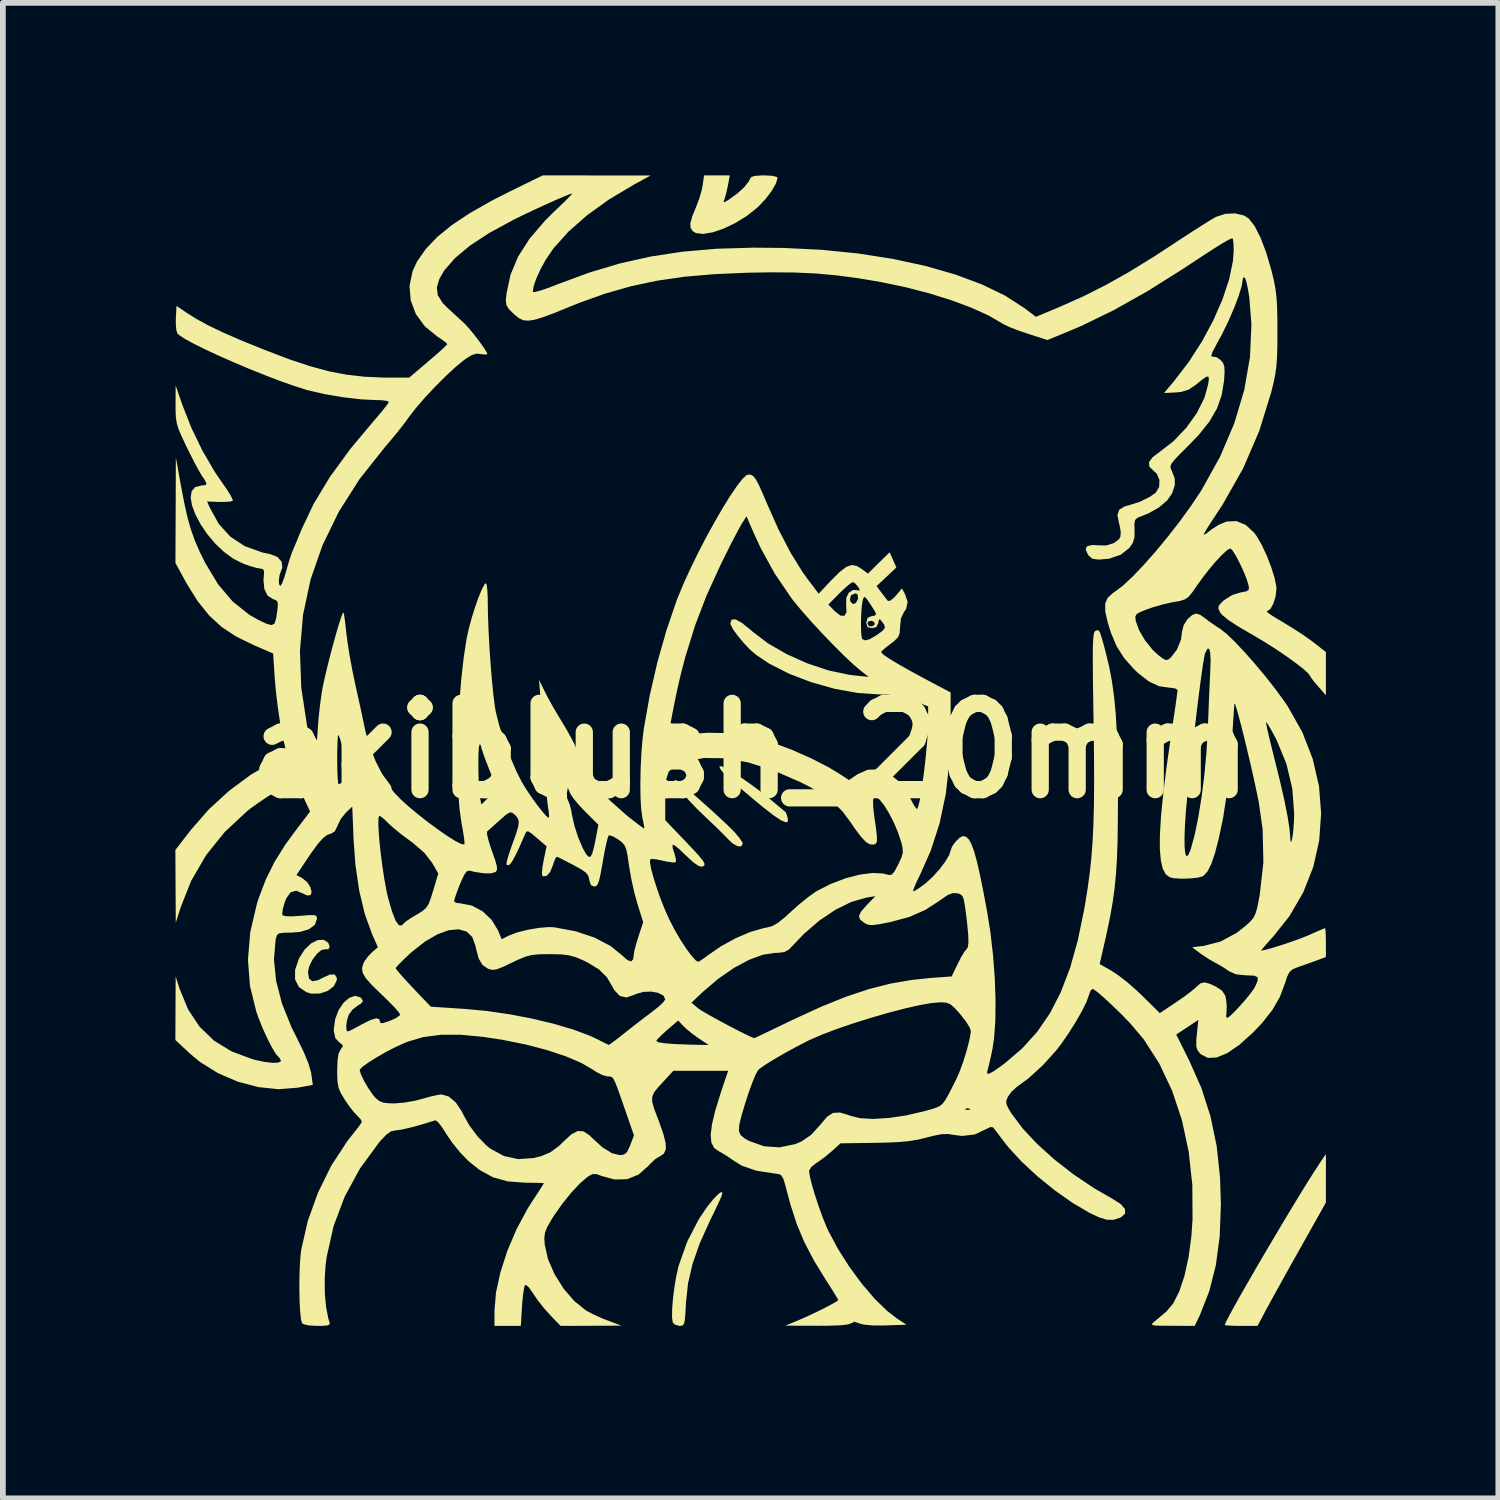
<source format=kicad_pcb>
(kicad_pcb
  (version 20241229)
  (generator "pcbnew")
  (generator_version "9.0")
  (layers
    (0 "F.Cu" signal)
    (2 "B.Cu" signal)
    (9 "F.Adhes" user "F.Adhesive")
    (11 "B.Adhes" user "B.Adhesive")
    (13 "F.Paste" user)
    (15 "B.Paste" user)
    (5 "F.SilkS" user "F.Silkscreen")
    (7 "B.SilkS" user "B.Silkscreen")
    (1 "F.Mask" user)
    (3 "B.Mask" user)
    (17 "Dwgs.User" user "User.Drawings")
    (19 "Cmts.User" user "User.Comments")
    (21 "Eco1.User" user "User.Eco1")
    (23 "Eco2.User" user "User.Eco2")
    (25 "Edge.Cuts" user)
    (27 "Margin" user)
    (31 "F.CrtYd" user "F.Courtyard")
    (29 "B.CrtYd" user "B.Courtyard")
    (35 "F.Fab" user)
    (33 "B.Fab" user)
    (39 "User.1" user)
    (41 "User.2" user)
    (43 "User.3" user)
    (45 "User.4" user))
  (footprint "akiblush_20mm"
    (layer "F.Cu")
    (at 10.004 10.004)
    (property "Reference" "akiblush_20mm" (at 0 0 0) (layer "F.SilkS") (effects (font (size 1.5 1.5) (thickness 0.3))))
    (attr board_only exclude_from_pos_files exclude_from_bom)
    (fp_poly (pts (xy -1.292 0.515) (xy -1.246 0.547) (xy -1.154 0.621) (xy -1.03 0.727) (xy -0.885 0.855) (xy -0.731 0.992) (xy -0.58 1.13) (xy -0.445 1.255) (xy -0.337 1.359) (xy -0.275 1.422) (xy -0.197 1.516) (xy -0.147 1.591) (xy -0.137 1.617) (xy -0.162 1.665) (xy -0.226 1.663) (xy -0.312 1.615) (xy -0.377 1.555) (xy -0.46 1.469) (xy -0.579 1.351) (xy -0.714 1.222) (xy -0.765 1.174) (xy -0.933 1.012) (xy -1.078 0.86) (xy -1.196 0.726) (xy -1.28 0.618) (xy -1.324 0.544) (xy -1.321 0.511)) (stroke (width 0) (type solid)) (fill yes) (layer "F.SilkS"))
    (fp_poly (pts (xy -0.504 0.272) (xy -0.418 0.313) (xy -0.295 0.386) (xy -0.146 0.482) (xy 0.015 0.595) (xy 0.178 0.715) (xy 0.329 0.836) (xy 0.333 0.84) (xy 0.453 0.94) (xy 0.548 1.019) (xy 0.602 1.065) (xy 0.611 1.071) (xy 0.624 1.106) (xy 0.643 1.163) (xy 0.65 1.23) (xy 0.614 1.247) (xy 0.533 1.214) (xy 0.404 1.129) (xy 0.224 0.99) (xy 0.075 0.867) (xy -0.142 0.684) (xy -0.305 0.543) (xy -0.42 0.438) (xy -0.493 0.364) (xy -0.531 0.312) (xy -0.541 0.278) (xy -0.54 0.271)) (stroke (width 0) (type solid)) (fill yes) (layer "F.SilkS"))
    (fp_poly (pts (xy 10.004 7.437) (xy 10.004 7.859) (xy 9.561 8.648) (xy 9.423 8.893) (xy 9.289 9.134) (xy 9.166 9.356) (xy 9.062 9.544) (xy 8.986 9.684) (xy 8.966 9.72) (xy 8.815 10.004) (xy 8.53 10.004) (xy 8.392 10.002) (xy 8.291 9.997) (xy 8.246 9.99) (xy 8.245 9.989) (xy 8.265 9.939) (xy 8.32 9.831) (xy 8.405 9.674) (xy 8.516 9.476) (xy 8.648 9.246) (xy 8.794 8.992) (xy 8.951 8.724) (xy 9.113 8.45) (xy 9.275 8.178) (xy 9.432 7.917) (xy 9.579 7.676) (xy 9.71 7.464) (xy 9.822 7.289) (xy 9.873 7.21) (xy 10.004 7.015)) (stroke (width 0) (type solid)) (fill yes) (layer "F.SilkS"))
    (fp_poly (pts (xy -0.491 7.688) (xy -0.506 7.749) (xy -0.538 7.821) (xy -0.595 7.943) (xy -0.667 8.092) (xy -0.704 8.166) (xy -0.883 8.563) (xy -1.01 8.924) (xy -1.089 9.265) (xy -1.125 9.603) (xy -1.134 9.783) (xy -1.144 9.899) (xy -1.158 9.965) (xy -1.182 9.995) (xy -1.217 10.003) (xy -1.237 10.004) (xy -1.319 9.981) (xy -1.355 9.942) (xy -1.367 9.854) (xy -1.365 9.71) (xy -1.351 9.53) (xy -1.326 9.333) (xy -1.294 9.141) (xy -1.256 8.972) (xy -1.252 8.958) (xy -1.101 8.534) (xy -0.9 8.146) (xy -0.759 7.937) (xy -0.654 7.806) (xy -0.569 7.717) (xy -0.513 7.676)) (stroke (width 0) (type solid)) (fill yes) (layer "F.SilkS"))
    (fp_poly (pts (xy -7.348 3.339) (xy -7.32 3.407) (xy -7.344 3.454) (xy -7.401 3.455) (xy -7.465 3.467) (xy -7.542 3.533) (xy -7.617 3.632) (xy -7.674 3.743) (xy -7.698 3.846) (xy -7.698 3.852) (xy -7.68 3.964) (xy -7.624 4.01) (xy -7.526 3.993) (xy -7.439 3.949) (xy -7.315 3.893) (xy -7.232 3.894) (xy -7.196 3.949) (xy -7.197 3.992) (xy -7.249 4.098) (xy -7.355 4.178) (xy -7.492 4.224) (xy -7.639 4.226) (xy -7.724 4.201) (xy -7.857 4.11) (xy -7.923 3.979) (xy -7.922 3.813) (xy -7.854 3.613) (xy -7.851 3.608) (xy -7.757 3.46) (xy -7.645 3.353) (xy -7.529 3.294) (xy -7.423 3.29)) (stroke (width 0) (type solid)) (fill yes) (layer "F.SilkS"))
    (fp_poly (pts (xy -0.393 -9.838) (xy -0.42 -9.714) (xy -0.448 -9.612) (xy -0.454 -9.593) (xy -0.471 -9.544) (xy -0.455 -9.538) (xy -0.39 -9.575) (xy -0.369 -9.589) (xy -0.228 -9.692) (xy -0.109 -9.801) (xy -0.032 -9.9) (xy -0.017 -9.932) (xy 0.01 -9.974) (xy 0.071 -9.995) (xy 0.184 -10.003) (xy 0.237 -10.004) (xy 0.367 -9.997) (xy 0.449 -9.98) (xy 0.469 -9.963) (xy 0.442 -9.866) (xy 0.368 -9.737) (xy 0.263 -9.597) (xy 0.138 -9.464) (xy 0.116 -9.444) (xy -0.069 -9.297) (xy -0.27 -9.174) (xy -0.472 -9.077) (xy -0.662 -9.013) (xy -0.827 -8.986) (xy -0.954 -9.001) (xy -1.008 -9.035) (xy -1.045 -9.094) (xy -1.048 -9.175) (xy -1.015 -9.293) (xy -0.956 -9.436) (xy -0.897 -9.59) (xy -0.851 -9.746) (xy -0.834 -9.832) (xy -0.81 -10.004) (xy -0.586 -10.004) (xy -0.362 -10.004)) (stroke (width 0) (type solid)) (fill yes) (layer "F.SilkS"))
    (fp_poly (pts (xy -2.677 -10.003) (xy -1.739 -10.003) (xy -2.031 -9.843) (xy -2.463 -9.585) (xy -2.845 -9.31) (xy -3.168 -9.026) (xy -3.426 -8.738) (xy -3.563 -8.538) (xy -3.654 -8.371) (xy -3.727 -8.212) (xy -3.773 -8.08) (xy -3.787 -7.991) (xy -3.784 -7.976) (xy -3.745 -7.977) (xy -3.649 -8.003) (xy -3.509 -8.051) (xy -3.341 -8.116) (xy -3.341 -8.116) (xy -2.805 -8.314) (xy -2.277 -8.472) (xy -1.741 -8.592) (xy -1.185 -8.677) (xy -0.594 -8.728) (xy 0.045 -8.747) (xy 0.577 -8.742) (xy 1.234 -8.71) (xy 1.868 -8.646) (xy 2.471 -8.552) (xy 3.036 -8.43) (xy 3.554 -8.282) (xy 4.019 -8.109) (xy 4.423 -7.914) (xy 4.758 -7.698) (xy 4.761 -7.696) (xy 4.961 -7.544) (xy 5.381 -7.72) (xy 5.781 -7.898) (xy 6.174 -8.096) (xy 6.577 -8.322) (xy 7.007 -8.587) (xy 7.288 -8.77) (xy 7.499 -8.909) (xy 7.696 -9.037) (xy 7.868 -9.146) (xy 8 -9.229) (xy 8.083 -9.277) (xy 8.089 -9.281) (xy 8.252 -9.335) (xy 8.424 -9.343) (xy 8.578 -9.307) (xy 8.664 -9.253) (xy 8.765 -9.122) (xy 8.867 -8.922) (xy 8.966 -8.662) (xy 9.057 -8.352) (xy 9.058 -8.347) (xy 9.098 -8.183) (xy 9.126 -8.039) (xy 9.144 -7.892) (xy 9.155 -7.724) (xy 9.16 -7.513) (xy 9.161 -7.307) (xy 9.16 -7.053) (xy 9.155 -6.856) (xy 9.144 -6.696) (xy 9.125 -6.552) (xy 9.095 -6.404) (xy 9.054 -6.235) (xy 8.845 -5.559) (xy 8.566 -4.911) (xy 8.212 -4.286) (xy 8.102 -4.117) (xy 8.006 -3.972) (xy 7.932 -3.855) (xy 7.887 -3.777) (xy 7.879 -3.751) (xy 7.921 -3.774) (xy 7.996 -3.831) (xy 8.016 -3.848) (xy 8.137 -3.926) (xy 8.27 -3.982) (xy 8.274 -3.984) (xy 8.445 -3.992) (xy 8.608 -3.927) (xy 8.756 -3.79) (xy 8.799 -3.732) (xy 8.888 -3.578) (xy 8.976 -3.39) (xy 9.053 -3.191) (xy 9.112 -3.004) (xy 9.142 -2.853) (xy 9.144 -2.814) (xy 9.129 -2.68) (xy 9.09 -2.556) (xy 9.038 -2.462) (xy 8.98 -2.423) (xy 8.977 -2.423) (xy 8.987 -2.405) (xy 9.054 -2.357) (xy 9.165 -2.288) (xy 9.252 -2.237) (xy 9.426 -2.131) (xy 9.605 -2.015) (xy 9.756 -1.909) (xy 9.789 -1.883) (xy 10.004 -1.715) (xy 10.004 -1.339) (xy 10.004 -0.964) (xy 9.869 -1.117) (xy 9.792 -1.208) (xy 9.742 -1.275) (xy 9.732 -1.295) (xy 9.698 -1.343) (xy 9.61 -1.423) (xy 9.477 -1.526) (xy 9.314 -1.644) (xy 9.13 -1.768) (xy 8.938 -1.89) (xy 8.75 -2.002) (xy 8.714 -2.023) (xy 8.476 -2.161) (xy 8.302 -2.276) (xy 8.196 -2.364) (xy 8.167 -2.4) (xy 8.134 -2.47) (xy 8.141 -2.522) (xy 8.196 -2.583) (xy 8.229 -2.614) (xy 8.374 -2.706) (xy 8.517 -2.75) (xy 8.62 -2.77) (xy 8.663 -2.798) (xy 8.664 -2.851) (xy 8.657 -2.883) (xy 8.621 -2.997) (xy 8.565 -3.134) (xy 8.5 -3.272) (xy 8.435 -3.395) (xy 8.379 -3.483) (xy 8.341 -3.517) (xy 8.341 -3.517) (xy 8.287 -3.487) (xy 8.199 -3.407) (xy 8.089 -3.29) (xy 7.969 -3.148) (xy 7.85 -2.994) (xy 7.771 -2.884) (xy 7.682 -2.755) (xy 7.616 -2.675) (xy 7.551 -2.63) (xy 7.466 -2.603) (xy 7.339 -2.581) (xy 7.337 -2.581) (xy 7.18 -2.546) (xy 7.002 -2.495) (xy 6.903 -2.461) (xy 6.778 -2.412) (xy 6.712 -2.374) (xy 6.69 -2.332) (xy 6.695 -2.27) (xy 6.698 -2.252) (xy 6.756 -2.092) (xy 6.86 -1.916) (xy 6.991 -1.753) (xy 7.082 -1.668) (xy 7.172 -1.599) (xy 7.226 -1.574) (xy 7.27 -1.589) (xy 7.312 -1.625) (xy 7.414 -1.758) (xy 7.483 -1.928) (xy 7.503 -2.072) (xy 7.53 -2.18) (xy 7.596 -2.285) (xy 7.682 -2.361) (xy 7.752 -2.384) (xy 7.82 -2.36) (xy 7.9 -2.305) (xy 7.987 -2.238) (xy 8.107 -2.155) (xy 8.17 -2.115) (xy 8.277 -2.031) (xy 8.419 -1.895) (xy 8.584 -1.72) (xy 8.763 -1.518) (xy 8.945 -1.301) (xy 9.118 -1.081) (xy 9.272 -0.87) (xy 9.343 -0.766) (xy 9.595 -0.319) (xy 9.775 0.144) (xy 9.884 0.617) (xy 9.921 1.091) (xy 9.888 1.562) (xy 9.785 2.021) (xy 9.611 2.463) (xy 9.369 2.88) (xy 9.092 3.228) (xy 8.991 3.34) (xy 8.917 3.426) (xy 8.879 3.473) (xy 8.878 3.478) (xy 8.948 3.465) (xy 9.071 3.431) (xy 9.227 3.383) (xy 9.395 3.327) (xy 9.555 3.269) (xy 9.687 3.217) (xy 9.719 3.203) (xy 9.846 3.147) (xy 9.942 3.105) (xy 9.988 3.087) (xy 9.99 3.087) (xy 9.997 3.123) (xy 10.002 3.216) (xy 10.004 3.338) (xy 10.004 3.589) (xy 9.838 3.651) (xy 9.691 3.704) (xy 9.542 3.756) (xy 9.517 3.765) (xy 9.426 3.802) (xy 9.37 3.851) (xy 9.328 3.936) (xy 9.296 4.037) (xy 9.204 4.282) (xy 9.075 4.508) (xy 8.896 4.735) (xy 8.731 4.908) (xy 8.496 5.119) (xy 8.286 5.262) (xy 8.103 5.337) (xy 7.95 5.343) (xy 7.829 5.28) (xy 7.815 5.266) (xy 7.77 5.208) (xy 7.75 5.141) (xy 7.75 5.04) (xy 7.76 4.93) (xy 7.786 4.682) (xy 7.594 4.81) (xy 7.401 4.937) (xy 7.627 5.389) (xy 7.84 5.87) (xy 7.997 6.36) (xy 8.104 6.872) (xy 8.163 7.423) (xy 8.178 7.894) (xy 8.157 8.447) (xy 8.091 8.945) (xy 7.976 9.4) (xy 7.811 9.821) (xy 7.793 9.857) (xy 7.723 10.004) (xy 7.329 10.002) (xy 7.152 10.001) (xy 7.042 9.998) (xy 6.988 9.989) (xy 6.979 9.972) (xy 7.004 9.944) (xy 7.023 9.929) (xy 7.113 9.853) (xy 7.217 9.766) (xy 7.229 9.756) (xy 7.349 9.613) (xy 7.455 9.402) (xy 7.545 9.132) (xy 7.615 8.813) (xy 7.664 8.454) (xy 7.685 8.148) (xy 7.681 7.551) (xy 7.618 6.974) (xy 7.5 6.425) (xy 7.329 5.912) (xy 7.107 5.442) (xy 6.837 5.022) (xy 6.6 4.741) (xy 6.449 4.586) (xy 6.299 4.44) (xy 6.162 4.312) (xy 6.05 4.214) (xy 5.972 4.155) (xy 5.945 4.142) (xy 5.91 4.176) (xy 5.882 4.254) (xy 5.841 4.369) (xy 5.762 4.528) (xy 5.656 4.714) (xy 5.534 4.908) (xy 5.407 5.093) (xy 5.312 5.216) (xy 5.078 5.475) (xy 4.827 5.703) (xy 4.638 5.841) (xy 4.542 5.926) (xy 4.474 6.019) (xy 4.446 6.085) (xy 4.447 6.144) (xy 4.483 6.222) (xy 4.539 6.314) (xy 4.73 6.57) (xy 4.982 6.839) (xy 5.281 7.109) (xy 5.615 7.369) (xy 5.97 7.608) (xy 6.291 7.793) (xy 6.437 7.886) (xy 6.511 7.974) (xy 6.512 8.051) (xy 6.439 8.116) (xy 6.426 8.122) (xy 6.311 8.159) (xy 6.194 8.158) (xy 6.055 8.115) (xy 5.89 8.036) (xy 5.598 7.864) (xy 5.292 7.649) (xy 4.992 7.406) (xy 4.718 7.153) (xy 4.489 6.905) (xy 4.413 6.81) (xy 4.326 6.694) (xy 4.256 6.602) (xy 4.217 6.552) (xy 4.216 6.551) (xy 4.168 6.546) (xy 4.097 6.581) (xy 3.9 6.674) (xy 3.678 6.701) (xy 3.543 6.684) (xy 3.434 6.667) (xy 3.323 6.67) (xy 3.184 6.697) (xy 3.061 6.728) (xy 2.909 6.765) (xy 2.75 6.791) (xy 2.566 6.808) (xy 2.336 6.817) (xy 2.159 6.821) (xy 1.563 6.829) (xy 1.414 6.964) (xy 1.298 7.061) (xy 1.181 7.147) (xy 1.14 7.173) (xy 1.058 7.238) (xy 1.017 7.302) (xy 1.016 7.311) (xy 1.03 7.406) (xy 1.067 7.554) (xy 1.121 7.736) (xy 1.186 7.932) (xy 1.255 8.123) (xy 1.323 8.29) (xy 1.351 8.351) (xy 1.519 8.665) (xy 1.716 8.975) (xy 1.931 9.268) (xy 2.153 9.528) (xy 2.37 9.74) (xy 2.539 9.871) (xy 2.711 9.984) (xy 2.342 9.996) (xy 2.124 9.996) (xy 1.967 9.982) (xy 1.885 9.959) (xy 1.805 9.931) (xy 1.75 9.958) (xy 1.689 9.979) (xy 1.557 9.994) (xy 1.35 10.001) (xy 1.155 10.002) (xy 0.606 10) (xy 0.821 9.91) (xy 0.965 9.847) (xy 1.121 9.774) (xy 1.27 9.701) (xy 1.398 9.634) (xy 1.488 9.583) (xy 1.524 9.556) (xy 1.524 9.555) (xy 1.504 9.517) (xy 1.45 9.428) (xy 1.372 9.304) (xy 1.314 9.214) (xy 1.1 8.865) (xy 0.932 8.544) (xy 0.799 8.225) (xy 0.689 7.881) (xy 0.645 7.718) (xy 0.602 7.553) (xy 0.57 7.45) (xy 0.538 7.392) (xy 0.499 7.366) (xy 0.443 7.357) (xy 0.424 7.355) (xy 0.102 7.306) (xy -0.153 7.218) (xy -0.284 7.138) (xy -0.402 7.056) (xy -0.513 6.988) (xy -0.556 6.966) (xy -0.636 6.908) (xy -0.683 6.815) (xy -0.695 6.68) (xy -0.686 6.61) (xy -0.205 6.61) (xy -0.176 6.684) (xy -0.104 6.744) (xy -0.022 6.789) (xy 0.236 6.881) (xy 0.506 6.899) (xy 0.776 6.842) (xy 0.886 6.796) (xy 1.054 6.68) (xy 1.214 6.503) (xy 1.215 6.502) (xy 1.328 6.368) (xy 1.433 6.3) (xy 1.552 6.293) (xy 1.705 6.338) (xy 1.733 6.35) (xy 1.904 6.392) (xy 2.133 6.405) (xy 2.403 6.388) (xy 2.699 6.345) (xy 3.007 6.274) (xy 3.117 6.243) (xy 3.729 6.243) (xy 3.768 6.249) (xy 3.818 6.242) (xy 3.819 6.229) (xy 3.767 6.219) (xy 3.744 6.226) (xy 3.729 6.243) (xy 3.117 6.243) (xy 3.146 6.235) (xy 3.227 6.209) (xy 3.287 6.182) (xy 3.337 6.142) (xy 3.387 6.075) (xy 3.446 5.97) (xy 3.526 5.814) (xy 3.578 5.71) (xy 3.639 5.57) (xy 3.702 5.395) (xy 3.759 5.209) (xy 3.803 5.038) (xy 3.827 4.905) (xy 3.829 4.871) (xy 3.805 4.807) (xy 3.742 4.707) (xy 3.652 4.592) (xy 3.649 4.588) (xy 3.55 4.477) (xy 3.477 4.413) (xy 3.408 4.384) (xy 3.32 4.377) (xy 3.295 4.377) (xy 3.138 4.39) (xy 2.923 4.429) (xy 2.665 4.488) (xy 2.377 4.564) (xy 2.076 4.651) (xy 1.775 4.746) (xy 1.489 4.844) (xy 1.232 4.942) (xy 1.02 5.034) (xy 0.97 5.059) (xy 0.766 5.166) (xy 0.569 5.274) (xy 0.392 5.377) (xy 0.251 5.465) (xy 0.157 5.531) (xy 0.129 5.557) (xy 0.087 5.633) (xy 0.031 5.767) (xy -0.033 5.943) (xy -0.098 6.143) (xy -0.157 6.341) (xy -0.197 6.502) (xy -0.205 6.61) (xy -0.686 6.61) (xy -0.672 6.496) (xy -0.615 6.258) (xy -0.522 5.957) (xy -0.508 5.915) (xy -0.458 5.765) (xy -0.418 5.648) (xy -0.395 5.579) (xy -0.391 5.568) (xy -0.428 5.568) (xy -0.527 5.568) (xy -0.675 5.568) (xy -0.856 5.568) (xy -0.868 5.568) (xy -1.345 5.568) (xy -1.503 5.74) (xy -1.611 5.857) (xy -1.68 5.944) (xy -1.712 6.021) (xy -1.712 6.107) (xy -1.68 6.221) (xy -1.619 6.384) (xy -1.595 6.446) (xy -1.519 6.663) (xy -1.478 6.822) (xy -1.475 6.933) (xy -1.508 7.007) (xy -1.577 7.056) (xy -1.597 7.064) (xy -1.668 7.111) (xy -1.754 7.194) (xy -1.778 7.221) (xy -1.95 7.373) (xy -2.148 7.453) (xy -2.368 7.458) (xy -2.577 7.401) (xy -2.679 7.365) (xy -2.746 7.363) (xy -2.815 7.398) (xy -2.849 7.422) (xy -2.974 7.531) (xy -3.121 7.689) (xy -3.272 7.876) (xy -3.412 8.074) (xy -3.46 8.15) (xy -3.536 8.282) (xy -3.576 8.38) (xy -3.588 8.474) (xy -3.581 8.59) (xy -3.525 8.84) (xy -3.412 9.102) (xy -3.255 9.353) (xy -3.069 9.57) (xy -2.867 9.733) (xy -2.864 9.735) (xy -2.748 9.797) (xy -2.596 9.867) (xy -2.484 9.911) (xy -2.247 10) (xy -2.776 10.002) (xy -3.305 10.004) (xy -3.485 9.818) (xy -3.604 9.684) (xy -3.72 9.534) (xy -3.781 9.442) (xy -3.858 9.332) (xy -3.909 9.291) (xy -3.927 9.299) (xy -3.942 9.358) (xy -3.959 9.474) (xy -3.973 9.624) (xy -3.976 9.675) (xy -3.997 10.004) (xy -4.226 10.004) (xy -4.455 10.004) (xy -4.455 9.738) (xy -4.428 9.42) (xy -4.35 9.066) (xy -4.229 8.694) (xy -4.071 8.323) (xy -3.881 7.969) (xy -3.799 7.839) (xy -3.711 7.705) (xy -3.642 7.599) (xy -3.602 7.535) (xy -3.595 7.523) (xy -3.631 7.519) (xy -3.727 7.516) (xy -3.865 7.514) (xy -3.917 7.514) (xy -4.22 7.492) (xy -4.478 7.421) (xy -4.714 7.292) (xy -4.908 7.137) (xy -5.048 6.992) (xy -5.187 6.821) (xy -5.289 6.671) (xy -5.366 6.55) (xy -5.433 6.464) (xy -5.479 6.428) (xy -5.484 6.429) (xy -5.705 6.497) (xy -5.903 6.552) (xy -6.064 6.589) (xy -6.169 6.604) (xy -6.175 6.604) (xy -6.253 6.62) (xy -6.334 6.677) (xy -6.438 6.786) (xy -6.458 6.809) (xy -6.793 7.266) (xy -7.059 7.754) (xy -7.253 8.269) (xy -7.373 8.806) (xy -7.39 8.932) (xy -7.407 9.183) (xy -7.405 9.44) (xy -7.383 9.68) (xy -7.344 9.877) (xy -7.324 9.939) (xy -7.32 9.975) (xy -7.354 9.995) (xy -7.44 10.003) (xy -7.535 10.004) (xy -7.684 9.996) (xy -7.778 9.973) (xy -7.802 9.955) (xy -7.82 9.886) (xy -7.834 9.755) (xy -7.844 9.581) (xy -7.848 9.38) (xy -7.847 9.17) (xy -7.841 8.969) (xy -7.829 8.792) (xy -7.816 8.682) (xy -7.702 8.181) (xy -7.524 7.686) (xy -7.292 7.216) (xy -7.013 6.789) (xy -6.902 6.649) (xy -6.825 6.552) (xy -6.773 6.478) (xy -6.76 6.45) (xy -6.787 6.405) (xy -6.844 6.346) (xy -6.911 6.273) (xy -6.997 6.16) (xy -7.059 6.069) (xy -7.127 5.956) (xy -7.167 5.861) (xy -7.185 5.754) (xy -7.19 5.606) (xy -7.19 5.564) (xy -7.19 5.554) (xy -6.799 5.554) (xy -6.778 5.628) (xy -6.725 5.739) (xy -6.653 5.863) (xy -6.577 5.975) (xy -6.534 6.028) (xy -6.466 6.089) (xy -6.393 6.121) (xy -6.287 6.133) (xy -6.196 6.135) (xy -6.023 6.121) (xy -5.83 6.087) (xy -5.712 6.056) (xy -5.569 6.016) (xy -5.445 5.988) (xy -5.375 5.979) (xy -5.25 6.015) (xy -5.129 6.117) (xy -5.025 6.271) (xy -5.002 6.32) (xy -4.893 6.516) (xy -4.748 6.71) (xy -4.59 6.871) (xy -4.527 6.921) (xy -4.29 7.05) (xy -4.042 7.104) (xy -3.774 7.085) (xy -3.643 7.052) (xy -3.482 6.985) (xy -3.333 6.875) (xy -3.255 6.799) (xy -3.119 6.674) (xy -3.008 6.615) (xy -2.908 6.62) (xy -2.806 6.687) (xy -2.76 6.732) (xy -2.577 6.899) (xy -2.412 7.001) (xy -2.276 7.034) (xy -2.2 7.024) (xy -2.15 6.981) (xy -2.104 6.886) (xy -2.094 6.862) (xy -2.029 6.691) (xy -2.183 6.247) (xy -2.259 6.028) (xy -2.314 5.873) (xy -2.355 5.77) (xy -2.386 5.708) (xy -2.413 5.677) (xy -2.442 5.667) (xy -2.479 5.666) (xy -2.486 5.666) (xy -2.573 5.644) (xy -2.685 5.587) (xy -2.736 5.553) (xy -2.944 5.431) (xy -3.218 5.314) (xy -3.548 5.205) (xy -3.92 5.108) (xy -4.325 5.027) (xy -4.637 4.98) (xy -5.038 4.941) (xy -5.383 4.941) (xy -5.687 4.98) (xy -5.962 5.061) (xy -6.03 5.088) (xy -6.189 5.161) (xy -6.355 5.248) (xy -6.513 5.339) (xy -6.65 5.425) (xy -6.749 5.497) (xy -6.797 5.546) (xy -6.799 5.554) (xy -7.19 5.554) (xy -7.184 5.384) (xy -7.165 5.266) (xy -7.131 5.196) (xy -7.128 5.194) (xy -7.089 5.138) (xy -7.111 5.103) (xy -7.143 5.084) (xy -7.223 4.999) (xy -7.251 4.86) (xy -7.226 4.674) (xy -7.225 4.669) (xy -7.165 4.511) (xy -7.079 4.384) (xy -6.98 4.299) (xy -6.879 4.264) (xy -6.79 4.289) (xy -6.762 4.316) (xy -6.743 4.361) (xy -6.781 4.403) (xy -6.828 4.43) (xy -6.924 4.504) (xy -6.987 4.59) (xy -7.019 4.687) (xy -7.033 4.786) (xy -7.028 4.861) (xy -7.008 4.885) (xy -6.962 4.867) (xy -6.871 4.82) (xy -6.774 4.767) (xy -6.614 4.686) (xy -6.51 4.654) (xy -6.457 4.671) (xy -6.448 4.707) (xy -6.437 4.737) (xy -6.394 4.738) (xy -6.301 4.709) (xy -6.272 4.698) (xy -6.169 4.652) (xy -6.106 4.607) (xy -6.096 4.588) (xy -6.123 4.545) (xy -6.196 4.462) (xy -6.305 4.35) (xy -6.428 4.231) (xy -6.586 4.078) (xy -6.69 3.961) (xy -6.745 3.868) (xy -6.759 3.787) (xy -6.758 3.784) (xy -6.174 3.784) (xy -6.148 3.821) (xy -6.079 3.902) (xy -5.978 4.014) (xy -5.868 4.132) (xy -5.562 4.453) (xy -4.979 4.491) (xy -4.592 4.527) (xy -4.192 4.585) (xy -3.797 4.661) (xy -3.421 4.751) (xy -3.083 4.851) (xy -2.796 4.958) (xy -2.66 5.022) (xy -2.556 5.075) (xy -2.484 5.11) (xy -2.466 5.117) (xy -2.431 5.095) (xy -2.368 5.048) (xy -1.641 5.048) (xy -1.602 5.072) (xy -1.487 5.09) (xy -1.296 5.104) (xy -1.039 5.113) (xy -0.729 5.119) (xy -0.903 5.004) (xy -1.023 4.917) (xy -1.131 4.827) (xy -1.168 4.791) (xy -1.26 4.693) (xy -1.451 4.857) (xy -1.549 4.946) (xy -1.618 5.015) (xy -1.641 5.048) (xy -2.368 5.048) (xy -2.35 5.035) (xy -2.239 4.948) (xy -2.193 4.912) (xy -2.035 4.787) (xy -1.864 4.655) (xy -1.716 4.544) (xy -1.71 4.539) (xy -1.599 4.451) (xy -1.527 4.383) (xy -1.029 4.383) (xy -0.915 4.48) (xy -0.852 4.522) (xy -0.736 4.59) (xy -0.585 4.674) (xy -0.417 4.764) (xy -0.25 4.852) (xy -0.1 4.927) (xy 0.014 4.981) (xy 0.063 5) (xy 0.098 4.985) (xy 0.192 4.94) (xy 0.335 4.872) (xy 0.516 4.785) (xy 0.724 4.685) (xy 0.747 4.674) (xy 1.223 4.455) (xy 1.654 4.281) (xy 2.053 4.148) (xy 2.434 4.051) (xy 2.813 3.986) (xy 3.145 3.952) (xy 3.496 3.927) (xy 3.602 3.706) (xy 3.663 3.586) (xy 3.718 3.496) (xy 3.749 3.46) (xy 3.776 3.421) (xy 3.788 3.339) (xy 3.784 3.205) (xy 3.766 3.011) (xy 3.747 2.848) (xy 3.724 2.683) (xy 3.704 2.581) (xy 3.679 2.524) (xy 3.643 2.495) (xy 3.594 2.481) (xy 3.515 2.478) (xy 3.429 2.51) (xy 3.314 2.588) (xy 3.296 2.602) (xy 3.043 2.767) (xy 2.766 2.89) (xy 2.439 2.979) (xy 2.391 2.989) (xy 2.23 3.02) (xy 2.124 3.033) (xy 2.055 3.03) (xy 2.001 3.01) (xy 1.971 2.992) (xy 1.901 2.934) (xy 1.884 2.875) (xy 1.921 2.798) (xy 2.017 2.689) (xy 2.022 2.683) (xy 2.169 2.531) (xy 2.012 2.556) (xy 1.753 2.63) (xy 1.476 2.766) (xy 1.195 2.955) (xy 0.926 3.187) (xy 0.751 3.37) (xy 0.664 3.46) (xy 0.586 3.503) (xy 0.479 3.516) (xy 0.43 3.517) (xy 0.217 3.548) (xy -0.028 3.638) (xy -0.291 3.779) (xy -0.561 3.966) (xy -0.826 4.191) (xy -0.837 4.201) (xy -1.029 4.383) (xy -1.527 4.383) (xy -1.518 4.374) (xy -1.485 4.325) (xy -1.485 4.323) (xy -1.519 4.257) (xy -1.609 4.212) (xy -1.731 4.19) (xy -1.866 4.196) (xy -1.992 4.231) (xy -2.021 4.246) (xy -2.16 4.293) (xy -2.277 4.265) (xy -2.373 4.162) (xy -2.402 4.107) (xy -2.5 3.94) (xy -2.638 3.805) (xy -2.832 3.686) (xy -2.911 3.647) (xy -3.042 3.592) (xy -3.16 3.559) (xy -3.295 3.543) (xy -3.475 3.539) (xy -3.497 3.539) (xy -3.674 3.541) (xy -3.803 3.554) (xy -3.916 3.582) (xy -4.043 3.635) (xy -4.154 3.688) (xy -4.306 3.76) (xy -4.408 3.8) (xy -4.48 3.813) (xy -4.541 3.802) (xy -4.571 3.791) (xy -4.664 3.726) (xy -4.73 3.614) (xy -4.777 3.44) (xy -4.785 3.395) (xy -4.84 3.242) (xy -4.94 3.146) (xy -5.08 3.107) (xy -5.251 3.123) (xy -5.448 3.195) (xy -5.664 3.321) (xy -5.892 3.5) (xy -5.924 3.529) (xy -6.037 3.635) (xy -6.123 3.722) (xy -6.169 3.775) (xy -6.174 3.784) (xy -6.758 3.784) (xy -6.736 3.705) (xy -6.717 3.665) (xy -6.655 3.58) (xy -6.578 3.501) (xy -6.482 3.419) (xy -6.586 3.185) (xy -6.71 2.841) (xy -6.807 2.436) (xy -6.873 1.985) (xy -6.905 1.551) (xy -6.916 1.269) (xy -6.475 1.269) (xy -6.468 1.418) (xy -6.453 1.603) (xy -6.43 1.81) (xy -6.402 2.025) (xy -6.37 2.235) (xy -6.335 2.426) (xy -6.305 2.56) (xy -6.237 2.796) (xy -6.175 2.955) (xy -6.118 3.036) (xy -6.065 3.04) (xy -6.037 3.008) (xy -5.992 2.968) (xy -5.9 2.906) (xy -5.812 2.854) (xy -5.711 2.793) (xy -5.645 2.736) (xy -5.598 2.663) (xy -5.582 2.619) (xy -5.158 2.619) (xy -5.124 2.646) (xy -5.043 2.657) (xy -4.848 2.694) (xy -4.662 2.794) (xy -4.503 2.944) (xy -4.391 3.13) (xy -4.389 3.135) (xy -4.33 3.28) (xy -4.213 3.22) (xy -4.068 3.164) (xy -3.88 3.116) (xy -3.681 3.082) (xy -3.503 3.068) (xy -3.422 3.071) (xy -3.046 3.141) (xy -2.714 3.251) (xy -2.435 3.398) (xy -2.247 3.551) (xy -2.143 3.642) (xy -2.076 3.666) (xy -2.041 3.624) (xy -2.033 3.547) (xy -2.021 3.476) (xy -1.99 3.359) (xy -1.95 3.231) (xy -1.869 2.982) (xy -1.969 2.664) (xy -2.024 2.464) (xy -2.075 2.233) (xy -2.113 2.017) (xy -2.116 1.995) (xy -2.124 1.942) (xy -1.751 1.942) (xy -1.731 2.053) (xy -1.69 2.206) (xy -1.633 2.387) (xy -1.565 2.58) (xy -1.489 2.77) (xy -1.412 2.942) (xy -1.319 3.121) (xy -1.217 3.295) (xy -1.115 3.45) (xy -1.023 3.574) (xy -0.95 3.652) (xy -0.911 3.673) (xy -0.871 3.651) (xy -0.792 3.596) (xy -0.748 3.562) (xy -0.517 3.403) (xy -0.262 3.263) (xy -0.008 3.154) (xy 0.223 3.087) (xy 0.284 3.076) (xy 0.375 3.052) (xy 0.474 2.995) (xy 0.596 2.897) (xy 0.701 2.801) (xy 0.845 2.673) (xy 0.993 2.553) (xy 1.12 2.461) (xy 1.155 2.439) (xy 1.396 2.317) (xy 1.649 2.221) (xy 1.897 2.156) (xy 2.12 2.127) (xy 2.303 2.137) (xy 2.335 2.145) (xy 2.409 2.163) (xy 2.457 2.154) (xy 2.501 2.103) (xy 2.557 1.997) (xy 2.566 1.981) (xy 2.623 1.859) (xy 2.647 1.771) (xy 2.641 1.684) (xy 2.622 1.602) (xy 2.565 1.428) (xy 2.492 1.254) (xy 2.409 1.092) (xy 2.325 0.955) (xy 2.246 0.855) (xy 2.181 0.806) (xy 2.142 0.812) (xy 2.129 0.868) (xy 2.132 0.984) (xy 2.149 1.137) (xy 2.178 1.337) (xy 2.194 1.472) (xy 2.197 1.557) (xy 2.188 1.604) (xy 2.166 1.625) (xy 2.137 1.634) (xy 2.074 1.63) (xy 2.006 1.589) (xy 1.923 1.502) (xy 1.816 1.36) (xy 1.737 1.244) (xy 1.601 1.061) (xy 1.45 0.908) (xy 1.268 0.771) (xy 1.039 0.636) (xy 0.86 0.545) (xy 0.388 0.34) (xy -0.048 0.203) (xy -0.448 0.132) (xy -0.811 0.128) (xy -1.075 0.175) (xy -1.241 0.227) (xy -1.355 0.287) (xy -1.427 0.372) (xy -1.467 0.494) (xy -1.483 0.67) (xy -1.485 0.825) (xy -1.485 1.209) (xy -1.163 1.546) (xy -1.005 1.712) (xy -0.897 1.831) (xy -0.831 1.912) (xy -0.803 1.964) (xy -0.805 1.996) (xy -0.833 2.015) (xy -0.841 2.018) (xy -0.901 2.008) (xy -0.997 1.942) (xy -1.134 1.816) (xy -1.136 1.814) (xy -1.256 1.699) (xy -1.329 1.642) (xy -1.36 1.641) (xy -1.355 1.696) (xy -1.324 1.794) (xy -1.3 1.884) (xy -1.301 1.938) (xy -1.302 1.941) (xy -1.35 1.945) (xy -1.447 1.931) (xy -1.524 1.915) (xy -1.64 1.891) (xy -1.722 1.883) (xy -1.745 1.888) (xy -1.751 1.942) (xy -2.124 1.942) (xy -2.14 1.827) (xy -2.163 1.717) (xy -2.193 1.646) (xy -2.238 1.594) (xy -2.301 1.546) (xy -2.392 1.492) (xy -2.456 1.473) (xy -2.47 1.477) (xy -2.488 1.526) (xy -2.515 1.635) (xy -2.546 1.787) (xy -2.572 1.936) (xy -2.606 2.125) (xy -2.633 2.25) (xy -2.659 2.323) (xy -2.687 2.356) (xy -2.719 2.364) (xy -2.778 2.339) (xy -2.805 2.255) (xy -2.806 2.246) (xy -2.821 2.18) (xy -2.862 2.124) (xy -2.945 2.065) (xy -3.077 1.992) (xy -3.206 1.925) (xy -3.308 1.873) (xy -3.363 1.845) (xy -3.366 1.844) (xy -3.393 1.87) (xy -3.426 1.95) (xy -3.439 1.992) (xy -3.486 2.109) (xy -3.546 2.177) (xy -3.606 2.186) (xy -3.624 2.173) (xy -3.63 2.124) (xy -3.62 2.022) (xy -3.599 1.905) (xy -3.549 1.663) (xy -3.719 1.518) (xy -3.815 1.437) (xy -3.869 1.403) (xy -3.9 1.41) (xy -3.923 1.453) (xy -3.925 1.458) (xy -4.022 1.679) (xy -4.096 1.834) (xy -4.151 1.933) (xy -4.193 1.984) (xy -4.226 1.993) (xy -4.246 1.98) (xy -4.243 1.937) (xy -4.216 1.838) (xy -4.171 1.702) (xy -4.146 1.632) (xy -4.08 1.449) (xy -4.043 1.324) (xy -4.032 1.239) (xy -4.046 1.181) (xy -4.083 1.132) (xy -4.102 1.114) (xy -4.147 1.079) (xy -4.189 1.074) (xy -4.245 1.107) (xy -4.335 1.184) (xy -4.366 1.212) (xy -4.468 1.303) (xy -4.547 1.374) (xy -4.583 1.406) (xy -4.584 1.453) (xy -4.561 1.553) (xy -4.519 1.689) (xy -4.497 1.749) (xy -4.442 1.906) (xy -4.414 2.008) (xy -4.41 2.068) (xy -4.429 2.105) (xy -4.436 2.111) (xy -4.512 2.134) (xy -4.64 2.133) (xy -4.797 2.109) (xy -4.89 2.087) (xy -4.933 2.096) (xy -4.98 2.158) (xy -5.038 2.281) (xy -5.056 2.324) (xy -5.107 2.457) (xy -5.143 2.562) (xy -5.158 2.618) (xy -5.158 2.619) (xy -5.582 2.619) (xy -5.557 2.551) (xy -5.522 2.438) (xy -5.432 2.137) (xy -5.541 1.949) (xy -5.674 1.777) (xy -5.876 1.602) (xy -5.921 1.569) (xy -6.065 1.463) (xy -6.197 1.356) (xy -6.295 1.269) (xy -6.308 1.255) (xy -6.386 1.18) (xy -6.445 1.137) (xy -6.457 1.133) (xy -6.472 1.169) (xy -6.475 1.269) (xy -6.916 1.269) (xy -6.928 0.973) (xy -7.041 1.081) (xy -7.124 1.184) (xy -7.18 1.294) (xy -7.184 1.308) (xy -7.232 1.403) (xy -7.29 1.44) (xy -7.363 1.465) (xy -7.437 1.522) (xy -7.524 1.619) (xy -7.633 1.768) (xy -7.704 1.872) (xy -7.899 2.164) (xy -7.797 2.217) (xy -7.714 2.285) (xy -7.656 2.375) (xy -7.635 2.462) (xy -7.653 2.511) (xy -7.712 2.519) (xy -7.79 2.482) (xy -7.904 2.436) (xy -7.997 2.462) (xy -8.072 2.563) (xy -8.105 2.644) (xy -8.136 2.757) (xy -8.146 2.84) (xy -8.142 2.862) (xy -8.09 2.879) (xy -7.975 2.882) (xy -7.83 2.873) (xy -7.683 2.861) (xy -7.596 2.86) (xy -7.555 2.873) (xy -7.543 2.905) (xy -7.542 2.925) (xy -7.578 3.028) (xy -7.68 3.106) (xy -7.837 3.153) (xy -7.992 3.165) (xy -8.125 3.167) (xy -8.2 3.178) (xy -8.237 3.207) (xy -8.255 3.264) (xy -8.26 3.287) (xy -8.29 3.629) (xy -8.253 4.001) (xy -8.15 4.399) (xy -7.982 4.816) (xy -7.898 4.983) (xy -7.777 5.23) (xy -7.691 5.437) (xy -7.645 5.594) (xy -7.641 5.617) (xy -7.614 5.812) (xy -7.873 5.861) (xy -8.208 5.888) (xy -8.563 5.851) (xy -8.921 5.756) (xy -9.266 5.607) (xy -9.58 5.411) (xy -9.751 5.268) (xy -10.004 5.032) (xy -10.002 4.48) (xy -9.999 3.927) (xy -9.93 4.144) (xy -9.782 4.502) (xy -9.584 4.8) (xy -9.334 5.042) (xy -9.028 5.23) (xy -8.664 5.366) (xy -8.623 5.377) (xy -8.461 5.412) (xy -8.32 5.429) (xy -8.217 5.426) (xy -8.169 5.402) (xy -8.167 5.395) (xy -8.195 5.341) (xy -8.202 5.336) (xy -8.255 5.277) (xy -8.325 5.161) (xy -8.405 5.005) (xy -8.487 4.826) (xy -8.561 4.64) (xy -8.596 4.541) (xy -8.707 4.093) (xy -8.742 3.634) (xy -8.702 3.159) (xy -8.588 2.668) (xy -8.553 2.56) (xy -8.43 2.237) (xy -8.281 1.937) (xy -8.092 1.634) (xy -7.909 1.384) (xy -7.661 1.059) (xy -7.781 0.803) (xy -7.846 0.678) (xy -7.904 0.587) (xy -7.945 0.547) (xy -7.948 0.547) (xy -8.007 0.568) (xy -8.113 0.624) (xy -8.25 0.705) (xy -8.403 0.801) (xy -8.554 0.903) (xy -8.688 0.998) (xy -8.753 1.049) (xy -9.146 1.415) (xy -9.472 1.821) (xy -9.73 2.265) (xy -9.909 2.716) (xy -9.997 2.989) (xy -10.001 2.358) (xy -10.004 1.727) (xy -9.732 1.376) (xy -9.423 1.022) (xy -9.068 0.697) (xy -8.687 0.415) (xy -8.298 0.192) (xy -8.238 0.164) (xy -8.222 0.156) (xy -7.19 0.156) (xy -7.188 0.329) (xy -7.183 0.469) (xy -7.175 0.559) (xy -7.167 0.586) (xy -7.122 0.566) (xy -7.044 0.515) (xy -7.033 0.507) (xy -6.922 0.428) (xy -6.996 0.243) (xy -7.051 0.093) (xy -7.099 -0.061) (xy -7.112 -0.107) (xy -7.141 -0.208) (xy -7.165 -0.267) (xy -7.172 -0.274) (xy -7.179 -0.237) (xy -7.185 -0.138) (xy -7.189 0.007) (xy -7.19 0.156) (xy -8.222 0.156) (xy -8.131 0.112) (xy -8.082 0.071) (xy -8.075 0.02) (xy -8.092 -0.048) (xy -8.136 -0.231) (xy -8.18 -0.468) (xy -8.22 -0.735) (xy -8.254 -1.009) (xy -8.277 -1.265) (xy -8.278 -1.284) (xy -8.304 -1.69) (xy -8.414 -1.737) (xy -7.838 -1.737) (xy -7.815 -1.097) (xy -7.716 -0.443) (xy -7.692 -0.332) (xy -7.653 -0.174) (xy -7.618 -0.046) (xy -7.591 0.035) (xy -7.583 0.051) (xy -7.569 0.027) (xy -7.554 -0.06) (xy -7.54 -0.196) (xy -7.53 -0.34) (xy -7.514 -0.561) (xy -7.488 -0.798) (xy -7.458 -1.012) (xy -7.444 -1.094) (xy -7.412 -1.246) (xy -7.369 -1.429) (xy -7.319 -1.627) (xy -7.266 -1.829) (xy -7.213 -2.019) (xy -7.164 -2.186) (xy -7.123 -2.314) (xy -7.094 -2.39) (xy -7.082 -2.405) (xy -7.07 -2.361) (xy -7.055 -2.257) (xy -7.038 -2.114) (xy -7.031 -2.044) (xy -7.008 -1.869) (xy -6.973 -1.647) (xy -6.928 -1.405) (xy -6.88 -1.174) (xy -6.88 -1.172) (xy -6.83 -0.946) (xy -6.779 -0.717) (xy -6.735 -0.509) (xy -6.702 -0.351) (xy -6.701 -0.346) (xy -6.629 -0.087) (xy -6.521 0.186) (xy -6.389 0.446) (xy -6.248 0.667) (xy -6.19 0.739) (xy -6.085 0.847) (xy -5.947 0.972) (xy -5.785 1.107) (xy -5.613 1.242) (xy -5.441 1.369) (xy -5.281 1.48) (xy -5.143 1.567) (xy -5.04 1.621) (xy -4.983 1.633) (xy -4.978 1.63) (xy -4.976 1.586) (xy -4.989 1.483) (xy -5.013 1.341) (xy -5.027 1.265) (xy -5.062 1.019) (xy -5.086 0.711) (xy -5.097 0.356) (xy -5.097 0.199) (xy -4.735 0.199) (xy -4.734 0.367) (xy -4.729 0.535) (xy -4.721 0.686) (xy -4.71 0.8) (xy -4.705 0.829) (xy -4.683 0.936) (xy -4.546 0.803) (xy -4.41 0.67) (xy -4.549 0.32) (xy -4.61 0.164) (xy -4.657 0.032) (xy -4.685 -0.056) (xy -4.689 -0.08) (xy -4.704 -0.11) (xy -4.716 -0.103) (xy -4.727 -0.055) (xy -4.733 0.052) (xy -4.735 0.199) (xy -5.097 0.199) (xy -5.097 -0.032) (xy -5.086 -0.439) (xy -5.064 -0.848) (xy -5.032 -1.245) (xy -4.99 -1.617) (xy -4.94 -1.946) (xy -4.938 -1.954) (xy -4.901 -2.122) (xy -4.851 -2.308) (xy -4.792 -2.495) (xy -4.732 -2.666) (xy -4.675 -2.804) (xy -4.628 -2.892) (xy -4.609 -2.913) (xy -4.591 -2.888) (xy -4.579 -2.796) (xy -4.572 -2.651) (xy -4.572 -2.592) (xy -4.568 -2.358) (xy -4.558 -2.087) (xy -4.542 -1.795) (xy -4.522 -1.501) (xy -4.499 -1.221) (xy -4.474 -0.973) (xy -4.449 -0.775) (xy -4.433 -0.679) (xy -4.375 -0.448) (xy -4.289 -0.178) (xy -4.184 0.101) (xy -4.073 0.361) (xy -3.979 0.547) (xy -3.905 0.668) (xy -3.814 0.804) (xy -3.718 0.938) (xy -3.627 1.054) (xy -3.555 1.137) (xy -3.513 1.17) (xy -3.512 1.17) (xy -3.505 1.137) (xy -3.512 1.051) (xy -3.523 0.987) (xy -3.536 0.887) (xy -3.551 0.735) (xy -3.195 0.735) (xy -3.192 0.825) (xy -3.173 0.872) (xy -3.146 0.936) (xy -3.119 1.046) (xy -3.108 1.111) (xy -3.066 1.302) (xy -2.999 1.51) (xy -2.918 1.698) (xy -2.865 1.793) (xy -2.821 1.845) (xy -2.785 1.845) (xy -2.753 1.786) (xy -2.72 1.66) (xy -2.695 1.536) (xy -2.648 1.288) (xy -2.871 1.067) (xy -2.983 0.949) (xy -3.076 0.838) (xy -3.132 0.755) (xy -3.137 0.745) (xy -3.179 0.645) (xy -3.195 0.735) (xy -3.551 0.735) (xy -3.552 0.727) (xy -3.569 0.521) (xy -3.584 0.288) (xy -3.597 0.078) (xy -3.611 -0.176) (xy -3.625 -0.427) (xy -3.639 -0.654) (xy -3.65 -0.838) (xy -3.657 -0.938) (xy -3.679 -1.231) (xy -3.584 -1.035) (xy -3.519 -0.909) (xy -3.428 -0.746) (xy -3.328 -0.577) (xy -3.297 -0.527) (xy -3.204 -0.371) (xy -3.122 -0.224) (xy -3.063 -0.11) (xy -3.05 -0.078) (xy -2.888 0.275) (xy -2.698 0.578) (xy -2.464 0.851) (xy -2.169 1.114) (xy -2.142 1.137) (xy -2.018 1.234) (xy -1.919 1.309) (xy -1.86 1.35) (xy -1.849 1.354) (xy -1.852 1.315) (xy -1.87 1.225) (xy -1.882 1.171) (xy -1.903 1.026) (xy -1.915 0.822) (xy -1.918 0.578) (xy -1.913 0.312) (xy -1.9 0.044) (xy -1.879 -0.209) (xy -1.877 -0.224) (xy -1.429 -0.224) (xy -1.427 -0.203) (xy -1.386 -0.206) (xy -1.293 -0.227) (xy -1.208 -0.251) (xy -0.996 -0.293) (xy -0.736 -0.311) (xy -0.451 -0.306) (xy -0.168 -0.279) (xy 0.059 -0.236) (xy 0.371 -0.144) (xy 0.712 -0.017) (xy 1.054 0.134) (xy 1.368 0.296) (xy 1.565 0.416) (xy 1.71 0.512) (xy 1.857 0.412) (xy 2.035 0.332) (xy 2.217 0.326) (xy 2.396 0.391) (xy 2.564 0.524) (xy 2.717 0.721) (xy 2.798 0.871) (xy 2.847 0.961) (xy 2.886 1.012) (xy 2.894 1.016) (xy 2.912 0.98) (xy 2.936 0.887) (xy 2.961 0.754) (xy 2.964 0.733) (xy 3.011 0.406) (xy 3.048 0.084) (xy 3.074 -0.209) (xy 3.086 -0.454) (xy 3.087 -0.511) (xy 3.087 -0.768) (xy 2.832 -0.872) (xy 2.672 -0.93) (xy 2.524 -0.963) (xy 2.351 -0.976) (xy 2.25 -0.977) (xy 1.864 -1.003) (xy 1.458 -1.076) (xy 1.052 -1.191) (xy 0.665 -1.339) (xy 0.319 -1.516) (xy 0.092 -1.668) (xy -0.012 -1.759) (xy -0.123 -1.876) (xy -0.226 -1.999) (xy -0.306 -2.111) (xy -0.348 -2.194) (xy -0.352 -2.213) (xy -0.33 -2.28) (xy -0.263 -2.283) (xy -0.152 -2.222) (xy 0.003 -2.097) (xy 0.028 -2.074) (xy 0.298 -1.868) (xy 0.624 -1.68) (xy 0.982 -1.519) (xy 1.351 -1.396) (xy 1.709 -1.32) (xy 1.801 -1.308) (xy 2.052 -1.283) (xy 1.915 -1.39) (xy 1.782 -1.503) (xy 1.614 -1.662) (xy 1.424 -1.852) (xy 1.227 -2.057) (xy 1.049 -2.25) (xy 1.919 -2.25) (xy 1.92 -2.111) (xy 1.927 -2) (xy 1.939 -1.943) (xy 1.941 -1.941) (xy 1.994 -1.917) (xy 2.073 -1.939) (xy 2.193 -2.01) (xy 2.199 -2.014) (xy 2.296 -2.085) (xy 2.335 -2.136) (xy 2.324 -2.188) (xy 2.288 -2.24) (xy 2.246 -2.287) (xy 2.228 -2.266) (xy 2.221 -2.221) (xy 2.188 -2.149) (xy 2.11 -2.13) (xy 2.036 -2.146) (xy 2.013 -2.208) (xy 2.032 -2.208) (xy 2.059 -2.164) (xy 2.114 -2.16) (xy 2.157 -2.195) (xy 2.161 -2.207) (xy 2.136 -2.246) (xy 2.1 -2.259) (xy 2.042 -2.244) (xy 2.032 -2.208) (xy 2.013 -2.208) (xy 2.013 -2.209) (xy 2.012 -2.227) (xy 2.034 -2.308) (xy 2.1 -2.338) (xy 2.16 -2.349) (xy 2.181 -2.371) (xy 2.162 -2.421) (xy 2.102 -2.515) (xy 2.082 -2.547) (xy 2.018 -2.64) (xy 1.983 -2.674) (xy 1.962 -2.656) (xy 1.949 -2.614) (xy 1.934 -2.525) (xy 1.924 -2.396) (xy 1.919 -2.25) (xy 1.049 -2.25) (xy 1.037 -2.263) (xy 0.869 -2.455) (xy 0.798 -2.541) (xy 1.352 -2.541) (xy 1.464 -2.424) (xy 1.561 -2.349) (xy 1.631 -2.345) (xy 1.667 -2.408) (xy 1.661 -2.532) (xy 1.662 -2.63) (xy 1.726 -2.63) (xy 1.735 -2.593) (xy 1.778 -2.549) (xy 1.829 -2.566) (xy 1.865 -2.634) (xy 1.869 -2.651) (xy 1.858 -2.721) (xy 1.822 -2.735) (xy 1.748 -2.705) (xy 1.726 -2.63) (xy 1.662 -2.63) (xy 1.663 -2.655) (xy 1.708 -2.749) (xy 1.784 -2.795) (xy 1.846 -2.791) (xy 1.895 -2.781) (xy 1.891 -2.812) (xy 1.869 -2.849) (xy 1.815 -2.912) (xy 1.777 -2.931) (xy 1.731 -2.905) (xy 1.649 -2.836) (xy 1.548 -2.74) (xy 1.544 -2.736) (xy 1.352 -2.541) (xy 0.798 -2.541) (xy 0.735 -2.618) (xy 0.709 -2.653) (xy 0.417 -3.082) (xy 0.176 -3.521) (xy 0.055 -3.782) (xy -0.072 -4.075) (xy -0.156 -3.943) (xy -0.201 -3.863) (xy -0.273 -3.728) (xy -0.363 -3.553) (xy -0.463 -3.353) (xy -0.526 -3.224) (xy -0.768 -2.695) (xy -0.966 -2.178) (xy -1.134 -1.636) (xy -1.194 -1.41) (xy -1.238 -1.23) (xy -1.283 -1.03) (xy -1.326 -0.823) (xy -1.365 -0.624) (xy -1.398 -0.448) (xy -1.42 -0.31) (xy -1.429 -0.224) (xy -1.877 -0.224) (xy -1.856 -0.39) (xy -1.755 -0.96) (xy -1.622 -1.536) (xy -1.464 -2.093) (xy -1.29 -2.603) (xy -1.261 -2.677) (xy -1.16 -2.919) (xy -1.04 -3.18) (xy -0.908 -3.45) (xy -0.768 -3.72) (xy -0.625 -3.979) (xy -0.486 -4.219) (xy -0.356 -4.429) (xy -0.239 -4.601) (xy -0.143 -4.725) (xy -0.071 -4.791) (xy -0.051 -4.799) (xy -0.000486 -4.799) (xy 0.044 -4.776) (xy 0.09 -4.719) (xy 0.145 -4.617) (xy 0.215 -4.46) (xy 0.276 -4.315) (xy 0.483 -3.85) (xy 0.693 -3.445) (xy 0.902 -3.107) (xy 0.982 -2.996) (xy 1.183 -2.729) (xy 1.402 -2.962) (xy 1.549 -3.108) (xy 1.663 -3.195) (xy 1.758 -3.228) (xy 1.847 -3.211) (xy 1.923 -3.165) (xy 2.04 -3.079) (xy 2.229 -3.265) (xy 2.418 -3.45) (xy 2.476 -3.318) (xy 2.534 -3.185) (xy 2.362 -3.023) (xy 2.19 -2.861) (xy 2.274 -2.749) (xy 2.339 -2.665) (xy 2.385 -2.606) (xy 2.388 -2.603) (xy 2.429 -2.608) (xy 2.495 -2.662) (xy 2.525 -2.694) (xy 2.631 -2.821) (xy 2.682 -2.729) (xy 2.73 -2.587) (xy 2.704 -2.464) (xy 2.667 -2.412) (xy 2.614 -2.301) (xy 2.599 -2.157) (xy 2.593 -2.046) (xy 2.564 -1.972) (xy 2.495 -1.904) (xy 2.435 -1.859) (xy 2.342 -1.786) (xy 2.281 -1.732) (xy 2.269 -1.714) (xy 2.301 -1.676) (xy 2.398 -1.608) (xy 2.554 -1.513) (xy 2.763 -1.394) (xy 3.019 -1.255) (xy 3.058 -1.234) (xy 3.478 -1.012) (xy 3.478 -0.423) (xy 3.457 0.192) (xy 3.394 0.751) (xy 3.286 1.264) (xy 3.131 1.742) (xy 2.949 2.153) (xy 2.885 2.284) (xy 2.841 2.387) (xy 2.824 2.443) (xy 2.825 2.448) (xy 2.862 2.434) (xy 2.942 2.382) (xy 3.046 2.304) (xy 3.165 2.195) (xy 3.282 2.066) (xy 3.382 1.934) (xy 3.452 1.817) (xy 3.478 1.737) (xy 3.504 1.666) (xy 3.565 1.582) (xy 3.637 1.512) (xy 3.695 1.485) (xy 3.746 1.498) (xy 3.794 1.542) (xy 3.839 1.624) (xy 3.886 1.751) (xy 3.935 1.928) (xy 3.989 2.164) (xy 4.05 2.465) (xy 4.108 2.774) (xy 4.17 3.161) (xy 4.216 3.563) (xy 4.246 3.964) (xy 4.259 4.349) (xy 4.255 4.702) (xy 4.233 5.006) (xy 4.205 5.19) (xy 4.172 5.345) (xy 4.142 5.475) (xy 4.121 5.557) (xy 4.117 5.568) (xy 4.111 5.616) (xy 4.148 5.618) (xy 4.233 5.571) (xy 4.371 5.474) (xy 4.42 5.437) (xy 4.721 5.18) (xy 4.981 4.893) (xy 5.205 4.568) (xy 5.395 4.198) (xy 5.556 3.776) (xy 5.691 3.293) (xy 5.804 2.743) (xy 5.819 2.657) (xy 5.862 2.384) (xy 5.898 2.12) (xy 5.926 1.855) (xy 5.947 1.578) (xy 5.961 1.278) (xy 5.97 0.945) (xy 5.973 0.567) (xy 5.972 0.135) (xy 5.966 -0.362) (xy 5.964 -0.474) (xy 5.958 -0.871) (xy 5.953 -1.197) (xy 5.951 -1.459) (xy 5.95 -1.663) (xy 5.952 -1.818) (xy 5.957 -1.93) (xy 5.964 -2.005) (xy 5.974 -2.052) (xy 5.987 -2.077) (xy 5.999 -2.085) (xy 6.03 -2.095) (xy 6.054 -2.088) (xy 6.076 -2.052) (xy 6.102 -1.973) (xy 6.14 -1.84) (xy 6.172 -1.719) (xy 6.232 -1.473) (xy 6.281 -1.22) (xy 6.319 -0.95) (xy 6.348 -0.651) (xy 6.368 -0.314) (xy 6.381 0.074) (xy 6.387 0.524) (xy 6.388 0.782) (xy 6.386 1.203) (xy 6.381 1.56) (xy 6.371 1.867) (xy 6.354 2.138) (xy 6.33 2.387) (xy 6.297 2.628) (xy 6.254 2.875) (xy 6.199 3.141) (xy 6.161 3.312) (xy 6.07 3.712) (xy 6.282 3.832) (xy 6.401 3.912) (xy 6.551 4.029) (xy 6.709 4.167) (xy 6.805 4.258) (xy 7.116 4.565) (xy 7.398 4.376) (xy 7.537 4.28) (xy 7.658 4.189) (xy 7.74 4.12) (xy 7.754 4.106) (xy 7.824 4.046) (xy 7.898 4.03) (xy 7.999 4.06) (xy 8.089 4.103) (xy 8.196 4.172) (xy 8.251 4.254) (xy 8.267 4.318) (xy 8.28 4.442) (xy 8.275 4.55) (xy 8.275 4.553) (xy 8.27 4.625) (xy 8.284 4.65) (xy 8.329 4.622) (xy 8.407 4.549) (xy 8.503 4.447) (xy 8.604 4.333) (xy 8.693 4.223) (xy 8.756 4.134) (xy 8.768 4.113) (xy 8.817 4.004) (xy 8.818 3.942) (xy 8.76 3.914) (xy 8.634 3.908) (xy 8.622 3.908) (xy 8.445 3.891) (xy 8.326 3.84) (xy 8.319 3.835) (xy 8.219 3.767) (xy 8.1 3.699) (xy 8.089 3.694) (xy 7.965 3.623) (xy 7.835 3.537) (xy 7.815 3.522) (xy 7.679 3.419) (xy 7.882 3.395) (xy 8.172 3.32) (xy 8.451 3.17) (xy 8.608 3.047) (xy 8.689 2.973) (xy 8.743 2.908) (xy 8.781 2.831) (xy 8.812 2.723) (xy 8.843 2.562) (xy 8.853 2.512) (xy 8.917 1.946) (xy 8.904 1.371) (xy 8.837 0.899) (xy 8.797 0.704) (xy 8.75 0.484) (xy 8.697 0.25) (xy 8.641 0.014) (xy 8.587 -0.213) (xy 8.535 -0.419) (xy 8.514 -0.497) (xy 8.964 -0.497) (xy 8.968 -0.456) (xy 8.989 -0.353) (xy 9.025 -0.201) (xy 9.071 -0.012) (xy 9.104 0.12) (xy 9.203 0.519) (xy 9.282 0.863) (xy 9.338 1.147) (xy 9.372 1.365) (xy 9.382 1.485) (xy 9.389 1.571) (xy 9.4 1.59) (xy 9.413 1.553) (xy 9.427 1.472) (xy 9.44 1.356) (xy 9.449 1.218) (xy 9.452 1.094) (xy 9.42 0.661) (xy 9.317 0.229) (xy 9.149 -0.18) (xy 9.138 -0.202) (xy 9.066 -0.337) (xy 9.007 -0.439) (xy 8.971 -0.492) (xy 8.964 -0.497) (xy 8.514 -0.497) (xy 8.489 -0.595) (xy 8.451 -0.728) (xy 8.426 -0.807) (xy 8.414 -0.821) (xy 8.409 -0.764) (xy 8.4 -0.643) (xy 8.389 -0.472) (xy 8.376 -0.265) (xy 8.365 -0.078) (xy 8.311 0.558) (xy 8.219 1.153) (xy 8.21 1.201) (xy 8.141 1.526) (xy 8.076 1.779) (xy 8.013 1.966) (xy 7.949 2.095) (xy 7.882 2.171) (xy 7.861 2.185) (xy 7.774 2.209) (xy 7.64 2.223) (xy 7.492 2.227) (xy 7.361 2.219) (xy 7.29 2.203) (xy 7.219 2.151) (xy 7.167 2.054) (xy 7.133 1.907) (xy 7.116 1.707) (xy 7.117 1.514) (xy 7.545 1.514) (xy 7.547 1.68) (xy 7.559 1.79) (xy 7.58 1.837) (xy 7.61 1.817) (xy 7.65 1.725) (xy 7.655 1.71) (xy 7.723 1.461) (xy 7.786 1.152) (xy 7.843 0.799) (xy 7.891 0.419) (xy 7.927 0.03) (xy 7.95 -0.352) (xy 7.951 -0.391) (xy 7.961 -0.64) (xy 7.971 -0.898) (xy 7.982 -1.139) (xy 7.991 -1.336) (xy 7.993 -1.374) (xy 7.999 -1.571) (xy 7.992 -1.705) (xy 7.973 -1.773) (xy 7.944 -1.772) (xy 7.905 -1.697) (xy 7.902 -1.69) (xy 7.886 -1.617) (xy 7.862 -1.473) (xy 7.833 -1.266) (xy 7.798 -1.001) (xy 7.759 -0.687) (xy 7.717 -0.33) (xy 7.672 0.063) (xy 7.626 0.486) (xy 7.601 0.723) (xy 7.571 1.03) (xy 7.553 1.296) (xy 7.545 1.514) (xy 7.117 1.514) (xy 7.118 1.451) (xy 7.137 1.134) (xy 7.175 0.753) (xy 7.23 0.305) (xy 7.304 -0.215) (xy 7.326 -0.359) (xy 7.358 -0.577) (xy 7.387 -0.77) (xy 7.408 -0.922) (xy 7.421 -1.022) (xy 7.425 -1.053) (xy 7.39 -1.08) (xy 7.306 -1.094) (xy 7.287 -1.094) (xy 7.104 -1.12) (xy 6.924 -1.204) (xy 6.736 -1.351) (xy 6.666 -1.418) (xy 6.494 -1.611) (xy 6.366 -1.813) (xy 6.266 -2.049) (xy 6.209 -2.233) (xy 6.167 -2.421) (xy 6.166 -2.557) (xy 6.21 -2.659) (xy 6.304 -2.744) (xy 6.344 -2.771) (xy 6.478 -2.872) (xy 6.645 -3.029) (xy 6.836 -3.229) (xy 7.041 -3.461) (xy 7.251 -3.715) (xy 7.457 -3.979) (xy 7.649 -4.243) (xy 7.818 -4.495) (xy 7.843 -4.535) (xy 8.163 -5.11) (xy 8.41 -5.69) (xy 8.584 -6.27) (xy 8.684 -6.847) (xy 8.709 -7.418) (xy 8.672 -7.881) (xy 8.648 -8.03) (xy 8.622 -8.15) (xy 8.598 -8.218) (xy 8.594 -8.224) (xy 8.564 -8.229) (xy 8.558 -8.193) (xy 8.539 -8.077) (xy 8.488 -7.909) (xy 8.411 -7.706) (xy 8.315 -7.483) (xy 8.205 -7.256) (xy 8.108 -7.078) (xy 8.036 -6.941) (xy 8.01 -6.866) (xy 8.028 -6.852) (xy 8.029 -6.852) (xy 8.102 -6.843) (xy 8.173 -6.793) (xy 8.216 -6.741) (xy 8.238 -6.679) (xy 8.242 -6.585) (xy 8.233 -6.436) (xy 8.233 -6.435) (xy 8.192 -6.183) (xy 8.11 -5.951) (xy 7.98 -5.725) (xy 7.792 -5.49) (xy 7.616 -5.307) (xy 7.473 -5.165) (xy 7.378 -5.066) (xy 7.323 -4.998) (xy 7.301 -4.949) (xy 7.305 -4.908) (xy 7.326 -4.862) (xy 7.328 -4.857) (xy 7.376 -4.733) (xy 7.376 -4.616) (xy 7.33 -4.476) (xy 7.244 -4.351) (xy 7.1 -4.229) (xy 6.918 -4.126) (xy 6.813 -4.084) (xy 6.726 -4.05) (xy 6.685 -4.011) (xy 6.673 -3.939) (xy 6.677 -3.84) (xy 6.675 -3.706) (xy 6.645 -3.61) (xy 6.585 -3.524) (xy 6.436 -3.407) (xy 6.236 -3.338) (xy 6.054 -3.322) (xy 5.946 -3.336) (xy 5.88 -3.389) (xy 5.86 -3.422) (xy 5.827 -3.498) (xy 5.84 -3.54) (xy 5.863 -3.558) (xy 5.94 -3.576) (xy 6.045 -3.571) (xy 6.048 -3.57) (xy 6.187 -3.569) (xy 6.316 -3.609) (xy 6.407 -3.678) (xy 6.431 -3.722) (xy 6.436 -3.809) (xy 6.415 -3.926) (xy 6.406 -3.956) (xy 6.378 -4.096) (xy 6.41 -4.19) (xy 6.506 -4.248) (xy 6.58 -4.268) (xy 6.766 -4.326) (xy 6.944 -4.414) (xy 7.044 -4.485) (xy 7.104 -4.584) (xy 7.11 -4.704) (xy 7.064 -4.815) (xy 7.014 -4.861) (xy 6.935 -4.937) (xy 6.927 -5.016) (xy 6.992 -5.104) (xy 7.108 -5.191) (xy 7.356 -5.383) (xy 7.576 -5.615) (xy 7.759 -5.87) (xy 7.89 -6.131) (xy 7.956 -6.366) (xy 7.969 -6.46) (xy 7.961 -6.505) (xy 7.923 -6.501) (xy 7.845 -6.446) (xy 7.734 -6.356) (xy 7.614 -6.276) (xy 7.484 -6.238) (xy 7.391 -6.229) (xy 7.189 -6.219) (xy 7.359 -6.421) (xy 7.617 -6.756) (xy 7.848 -7.114) (xy 8.046 -7.482) (xy 8.206 -7.848) (xy 8.322 -8.197) (xy 8.388 -8.518) (xy 8.401 -8.704) (xy 8.397 -8.819) (xy 8.388 -8.893) (xy 8.379 -8.91) (xy 8.35 -8.902) (xy 8.297 -8.876) (xy 8.213 -8.828) (xy 8.092 -8.753) (xy 7.926 -8.646) (xy 7.708 -8.503) (xy 7.511 -8.373) (xy 6.9 -7.989) (xy 6.312 -7.659) (xy 5.756 -7.388) (xy 5.521 -7.288) (xy 5.161 -7.141) (xy 4.818 -7.251) (xy 4.651 -7.308) (xy 4.501 -7.367) (xy 4.393 -7.418) (xy 4.367 -7.434) (xy 4.137 -7.568) (xy 3.841 -7.702) (xy 3.493 -7.832) (xy 3.105 -7.953) (xy 2.691 -8.06) (xy 2.267 -8.149) (xy 1.869 -8.216) (xy 1.499 -8.265) (xy 1.137 -8.298) (xy 0.759 -8.315) (xy 0.344 -8.318) (xy -0.036 -8.312) (xy -0.622 -8.287) (xy -1.148 -8.242) (xy -1.63 -8.172) (xy -2.085 -8.075) (xy -2.529 -7.948) (xy -2.978 -7.788) (xy -3.156 -7.716) (xy -3.411 -7.612) (xy -3.607 -7.539) (xy -3.755 -7.494) (xy -3.866 -7.477) (xy -3.953 -7.485) (xy -4.026 -7.518) (xy -4.097 -7.575) (xy -4.122 -7.597) (xy -4.206 -7.681) (xy -4.248 -7.748) (xy -4.257 -7.829) (xy -4.245 -7.951) (xy -4.176 -8.276) (xy -4.044 -8.591) (xy -3.845 -8.902) (xy -3.574 -9.218) (xy -3.416 -9.375) (xy -3.287 -9.498) (xy -3.185 -9.598) (xy -3.12 -9.666) (xy -3.101 -9.691) (xy -3.152 -9.675) (xy -3.26 -9.631) (xy -3.409 -9.567) (xy -3.587 -9.487) (xy -3.777 -9.399) (xy -3.967 -9.309) (xy -4.141 -9.223) (xy -4.142 -9.222) (xy -4.549 -9.001) (xy -4.883 -8.781) (xy -5.144 -8.563) (xy -5.329 -8.35) (xy -5.413 -8.204) (xy -5.458 -8.053) (xy -5.44 -7.919) (xy -5.356 -7.785) (xy -5.263 -7.691) (xy -5.146 -7.584) (xy -5.03 -7.478) (xy -4.982 -7.434) (xy -4.906 -7.353) (xy -4.81 -7.237) (xy -4.712 -7.108) (xy -4.629 -6.991) (xy -4.579 -6.907) (xy -4.577 -6.903) (xy -4.6 -6.887) (xy -4.674 -6.894) (xy -4.685 -6.896) (xy -4.768 -6.904) (xy -4.85 -6.879) (xy -4.956 -6.813) (xy -4.992 -6.786) (xy -5.133 -6.671) (xy -5.304 -6.512) (xy -5.486 -6.329) (xy -5.664 -6.14) (xy -5.818 -5.962) (xy -5.932 -5.815) (xy -5.941 -5.803) (xy -6.023 -5.69) (xy -6.14 -5.541) (xy -6.274 -5.379) (xy -6.363 -5.275) (xy -6.8 -4.724) (xy -7.161 -4.156) (xy -7.445 -3.573) (xy -7.653 -2.976) (xy -7.784 -2.363) (xy -7.838 -1.737) (xy -8.414 -1.737) (xy -8.645 -1.837) (xy -8.948 -1.985) (xy -9.201 -2.152) (xy -9.419 -2.353) (xy -9.617 -2.6) (xy -9.809 -2.908) (xy -9.848 -2.98) (xy -10.003 -3.263) (xy -9.999 -4.181) (xy -9.996 -5.1) (xy -9.908 -4.611) (xy -9.849 -4.304) (xy -9.793 -4.054) (xy -9.733 -3.842) (xy -9.663 -3.647) (xy -9.576 -3.448) (xy -9.484 -3.263) (xy -9.261 -2.892) (xy -9.006 -2.592) (xy -8.719 -2.363) (xy -8.56 -2.273) (xy -8.418 -2.206) (xy -8.33 -2.183) (xy -8.28 -2.211) (xy -8.252 -2.297) (xy -8.232 -2.429) (xy -8.221 -2.54) (xy -8.232 -2.598) (xy -8.273 -2.625) (xy -8.307 -2.635) (xy -8.401 -2.696) (xy -8.458 -2.814) (xy -8.472 -2.974) (xy -8.467 -3.019) (xy -8.461 -3.116) (xy -8.48 -3.157) (xy -8.521 -3.165) (xy -8.596 -3.178) (xy -8.714 -3.213) (xy -8.82 -3.25) (xy -8.992 -3.335) (xy -9.157 -3.455) (xy -9.311 -3.601) (xy -9.448 -3.763) (xy -9.564 -3.934) (xy -9.654 -4.103) (xy -9.714 -4.261) (xy -9.738 -4.4) (xy -9.721 -4.511) (xy -9.659 -4.584) (xy -9.548 -4.611) (xy -9.546 -4.611) (xy -9.479 -4.618) (xy -9.463 -4.647) (xy -9.498 -4.715) (xy -9.536 -4.769) (xy -9.585 -4.85) (xy -9.657 -4.982) (xy -9.741 -5.145) (xy -9.809 -5.283) (xy -9.893 -5.461) (xy -9.949 -5.592) (xy -9.981 -5.699) (xy -9.996 -5.804) (xy -10.001 -5.931) (xy -10.001 -6.018) (xy -9.999 -6.35) (xy -9.885 -6.018) (xy -9.727 -5.616) (xy -9.535 -5.219) (xy -9.323 -4.855) (xy -9.201 -4.675) (xy -9.108 -4.543) (xy -9.041 -4.434) (xy -9.007 -4.363) (xy -9.006 -4.345) (xy -9.058 -4.331) (xy -9.161 -4.325) (xy -9.243 -4.325) (xy -9.453 -4.333) (xy -9.407 -4.228) (xy -9.249 -3.942) (xy -9.046 -3.719) (xy -8.795 -3.555) (xy -8.491 -3.446) (xy -8.357 -3.418) (xy -8.23 -3.369) (xy -8.156 -3.285) (xy -8.145 -3.182) (xy -8.163 -3.134) (xy -8.192 -3.054) (xy -8.205 -2.965) (xy -8.201 -2.894) (xy -8.181 -2.866) (xy -8.173 -2.869) (xy -8.146 -2.915) (xy -8.109 -3.014) (xy -8.073 -3.135) (xy -8.033 -3.276) (xy -7.995 -3.395) (xy -7.972 -3.458) (xy -7.941 -3.531) (xy -7.89 -3.652) (xy -7.83 -3.799) (xy -7.816 -3.834) (xy -7.601 -4.289) (xy -7.32 -4.755) (xy -6.969 -5.237) (xy -6.619 -5.657) (xy -6.496 -5.801) (xy -6.393 -5.924) (xy -6.322 -6.015) (xy -6.292 -6.061) (xy -6.291 -6.063) (xy -6.327 -6.082) (xy -6.417 -6.094) (xy -6.497 -6.096) (xy -6.774 -6.109) (xy -7.09 -6.146) (xy -7.409 -6.2) (xy -7.697 -6.267) (xy -7.733 -6.277) (xy -7.943 -6.344) (xy -8.186 -6.43) (xy -8.45 -6.531) (xy -8.724 -6.641) (xy -8.997 -6.757) (xy -9.258 -6.872) (xy -9.494 -6.982) (xy -9.696 -7.083) (xy -9.851 -7.168) (xy -9.948 -7.234) (xy -9.968 -7.253) (xy -9.988 -7.317) (xy -9.997 -7.429) (xy -9.996 -7.517) (xy -9.984 -7.734) (xy -9.808 -7.615) (xy -9.635 -7.506) (xy -9.429 -7.394) (xy -9.181 -7.275) (xy -8.88 -7.143) (xy -8.516 -6.995) (xy -8.426 -6.959) (xy -8.018 -6.804) (xy -7.66 -6.685) (xy -7.336 -6.597) (xy -7.027 -6.538) (xy -6.717 -6.503) (xy -6.389 -6.488) (xy -6.262 -6.487) (xy -5.938 -6.487) (xy -5.607 -6.768) (xy -5.474 -6.882) (xy -5.366 -6.978) (xy -5.296 -7.045) (xy -5.275 -7.07) (xy -5.306 -7.102) (xy -5.383 -7.159) (xy -5.448 -7.201) (xy -5.666 -7.379) (xy -5.822 -7.592) (xy -5.911 -7.829) (xy -5.932 -8.08) (xy -5.881 -8.332) (xy -5.8 -8.509) (xy -5.648 -8.725) (xy -5.449 -8.934) (xy -5.195 -9.141) (xy -4.881 -9.349) (xy -4.501 -9.565) (xy -4.172 -9.732) (xy -3.616 -10.004)) (stroke (width 0) (type solid)) (fill yes) (layer "F.SilkS")))
  (gr_rect
    (start -3 -3)
    (end 23.007 23.007)
    (stroke (width 0.1) (type default))
    (fill no)
    (layer "Edge.Cuts")))
</source>
